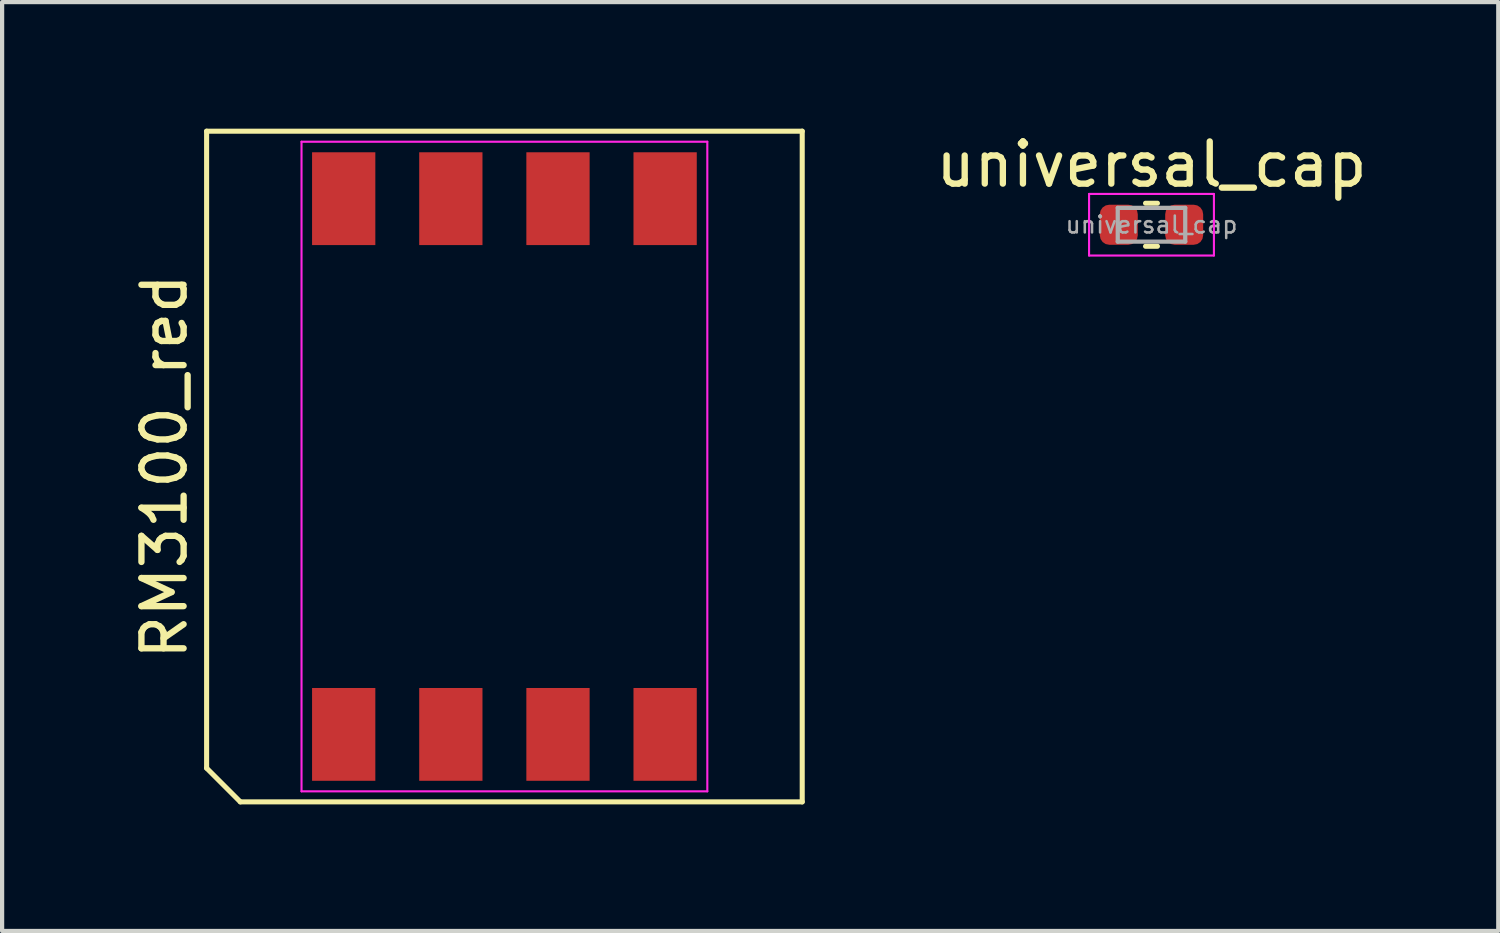
<source format=kicad_pcb>
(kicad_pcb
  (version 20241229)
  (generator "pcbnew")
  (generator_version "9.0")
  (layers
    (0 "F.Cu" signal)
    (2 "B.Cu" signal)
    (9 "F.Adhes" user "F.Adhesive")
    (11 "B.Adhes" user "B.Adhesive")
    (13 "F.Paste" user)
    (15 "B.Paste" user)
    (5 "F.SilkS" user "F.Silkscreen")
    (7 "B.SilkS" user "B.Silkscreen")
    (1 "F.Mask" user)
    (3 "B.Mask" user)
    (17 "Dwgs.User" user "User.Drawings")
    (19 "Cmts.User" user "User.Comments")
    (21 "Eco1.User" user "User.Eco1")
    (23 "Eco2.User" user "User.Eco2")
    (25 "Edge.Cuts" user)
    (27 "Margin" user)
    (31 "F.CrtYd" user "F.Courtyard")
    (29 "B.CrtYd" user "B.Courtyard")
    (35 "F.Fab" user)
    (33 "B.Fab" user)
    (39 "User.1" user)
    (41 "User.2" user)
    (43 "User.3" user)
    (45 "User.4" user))
  (footprint "RM3100_red"
    (layer "F.Cu")
    (at 8.908 8.01)
    (property "Reference" "RM3100_red" (at -8.06 0 90) (layer "F.SilkS") (effects (font (size 1 1) (thickness 0.15))))
    (attr smd)
    (fp_line (start -7.06 -7.95) (end 7.06 -7.95) (stroke (width 0.12) (type default)) (layer "F.SilkS"))
    (fp_line (start -7.06 7.15) (end -7.06 -7.95) (stroke (width 0.12) (type default)) (layer "F.SilkS"))
    (fp_line (start -6.26 7.95) (end -7.06 7.15) (stroke (width 0.12) (type default)) (layer "F.SilkS"))
    (fp_line (start 7.06 -7.95) (end 7.06 7.95) (stroke (width 0.12) (type default)) (layer "F.SilkS"))
    (fp_line (start 7.06 7.95) (end -6.26 7.95) (stroke (width 0.12) (type default)) (layer "F.SilkS"))
    (fp_line (start -4.81 -7.7) (end 4.81 -7.7) (stroke (width 0.05) (type default)) (layer "F.CrtYd"))
    (fp_line (start -4.81 7.7) (end -4.81 -7.7) (stroke (width 0.05) (type default)) (layer "F.CrtYd"))
    (fp_line (start 4.81 -7.7) (end 4.81 7.7) (stroke (width 0.05) (type default)) (layer "F.CrtYd"))
    (fp_line (start 4.81 7.7) (end -4.81 7.7) (stroke (width 0.05) (type default)) (layer "F.CrtYd"))
    (pad "1" smd rect (at -3.81 6.35) (size 1.5 2.2) (layers "F.Cu" "F.Mask" "F.Paste"))
    (pad "2" smd rect (at -1.27 6.35) (size 1.5 2.2) (layers "F.Cu" "F.Mask" "F.Paste"))
    (pad "3" smd rect (at 1.27 6.35) (size 1.5 2.2) (layers "F.Cu" "F.Mask" "F.Paste"))
    (pad "4" smd rect (at 3.81 6.35) (size 1.5 2.2) (layers "F.Cu" "F.Mask" "F.Paste"))
    (pad "5" smd rect (at 3.81 -6.35) (size 1.5 2.2) (layers "F.Cu" "F.Mask" "F.Paste"))
    (pad "6" smd rect (at 1.27 -6.35) (size 1.5 2.2) (layers "F.Cu" "F.Mask" "F.Paste"))
    (pad "7" smd rect (at -1.27 -6.35) (size 1.5 2.2) (layers "F.Cu" "F.Mask" "F.Paste"))
    (pad "8" smd rect (at -3.81 -6.35) (size 1.5 2.2) (layers "F.Cu" "F.Mask" "F.Paste")))
  (footprint "universal_cap"
    (layer "F.Cu")
    (at 24.248 2.278)
    (property "Reference" "universal_cap" (at 0 -1.43 0) (layer "F.SilkS") (effects (font (size 1 1) (thickness 0.15))))
    (attr smd)
    (fp_line (start -0.141 -0.51) (end 0.141 -0.51) (stroke (width 0.12) (type solid)) (layer "F.SilkS"))
    (fp_line (start -0.141 0.51) (end 0.141 0.51) (stroke (width 0.12) (type solid)) (layer "F.SilkS"))
    (fp_line (start -1.48 -0.73) (end 1.48 -0.73) (stroke (width 0.05) (type solid)) (layer "F.CrtYd"))
    (fp_line (start -1.48 0.73) (end -1.48 -0.73) (stroke (width 0.05) (type solid)) (layer "F.CrtYd"))
    (fp_line (start 1.48 -0.73) (end 1.48 0.73) (stroke (width 0.05) (type solid)) (layer "F.CrtYd"))
    (fp_line (start 1.48 0.73) (end -1.48 0.73) (stroke (width 0.05) (type solid)) (layer "F.CrtYd"))
    (fp_line (start -0.8 -0.4) (end 0.8 -0.4) (stroke (width 0.1) (type solid)) (layer "F.Fab"))
    (fp_line (start -0.8 0.4) (end -0.8 -0.4) (stroke (width 0.1) (type solid)) (layer "F.Fab"))
    (fp_line (start 0.8 -0.4) (end 0.8 0.4) (stroke (width 0.1) (type solid)) (layer "F.Fab"))
    (fp_line (start 0.8 0.4) (end -0.8 0.4) (stroke (width 0.1) (type solid)) (layer "F.Fab"))
    (fp_text user "${REFERENCE}" (at 0 0 0) (layer "F.Fab") (effects (font (size 0.4 0.4) (thickness 0.06))))
    (pad "1" smd roundrect (at -0.775 0) (size 0.9 0.95) (layers "F.Cu" "F.Mask" "F.Paste") (roundrect_rratio 0.25))
    (pad "2" smd roundrect (at 0.775 0) (size 0.9 0.95) (layers "F.Cu" "F.Mask" "F.Paste") (roundrect_rratio 0.25)))
  (gr_rect
    (start -3 -3)
    (end 32.469 19.02)
    (stroke (width 0.1) (type default))
    (fill no)
    (layer "Edge.Cuts")))
</source>
